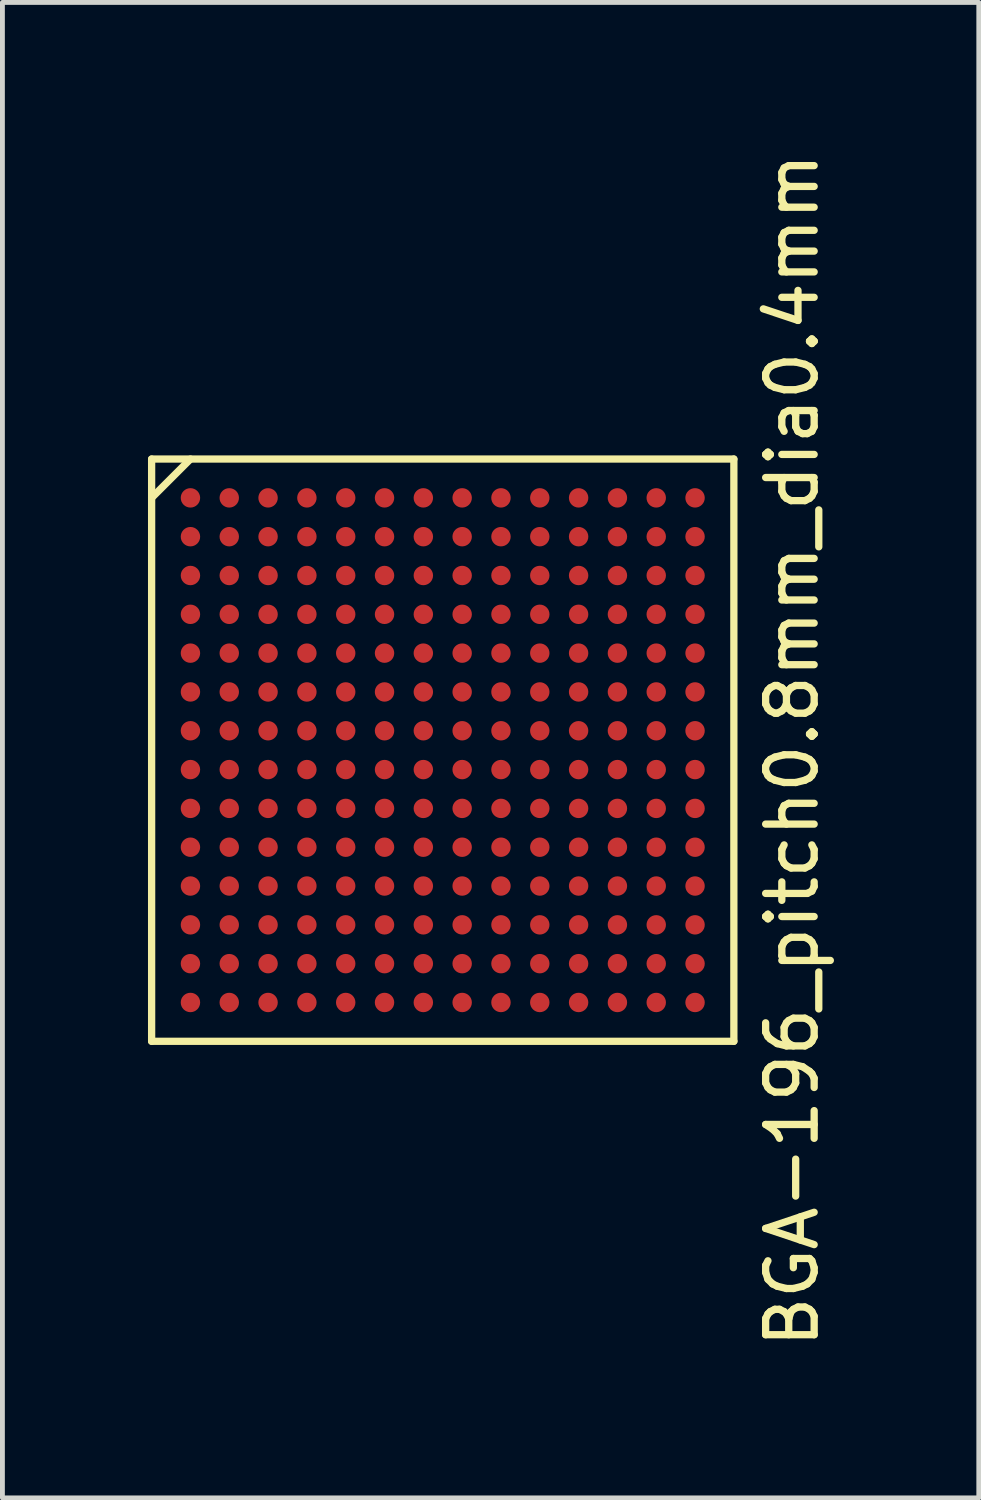
<source format=kicad_pcb>
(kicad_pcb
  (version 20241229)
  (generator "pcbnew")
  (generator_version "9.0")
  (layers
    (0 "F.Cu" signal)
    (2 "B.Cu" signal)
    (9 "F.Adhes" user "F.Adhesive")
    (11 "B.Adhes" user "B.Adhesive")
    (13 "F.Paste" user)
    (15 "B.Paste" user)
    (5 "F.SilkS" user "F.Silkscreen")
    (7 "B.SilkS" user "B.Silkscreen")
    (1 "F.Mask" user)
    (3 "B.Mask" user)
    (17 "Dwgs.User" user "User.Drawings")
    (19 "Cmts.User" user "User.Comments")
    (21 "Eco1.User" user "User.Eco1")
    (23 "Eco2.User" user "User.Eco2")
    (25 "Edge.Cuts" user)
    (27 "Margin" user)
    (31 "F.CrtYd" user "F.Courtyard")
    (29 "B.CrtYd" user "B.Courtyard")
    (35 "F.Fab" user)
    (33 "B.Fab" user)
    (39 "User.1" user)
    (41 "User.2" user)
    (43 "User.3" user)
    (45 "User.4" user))
  (footprint "BGA-196_pitch0.8mm_dia0.4mm"
    (layer "F.Cu")
    (at 6.075 12.411)
    (property "Reference" "BGA-196_pitch0.8mm_dia0.4mm" (at 7.2 0 90) (layer "F.SilkS") (effects (font (size 1 1) (thickness 0.15))))
    (attr smd)
    (fp_line (start -6 -6) (end 6 -6) (stroke (width 0.15) (type solid)) (layer "F.SilkS"))
    (fp_line (start -6 -5.2) (end -5.2 -6) (stroke (width 0.15) (type solid)) (layer "F.SilkS"))
    (fp_line (start -6 6) (end -6 -6) (stroke (width 0.15) (type solid)) (layer "F.SilkS"))
    (fp_line (start 6 -6) (end 6 6) (stroke (width 0.15) (type solid)) (layer "F.SilkS"))
    (fp_line (start 6 6) (end -6 6) (stroke (width 0.15) (type solid)) (layer "F.SilkS"))
    (pad "A1" smd circle (at -5.2 -5.2) (size 0.4 0.4) (layers "F.Cu" "F.Mask" "F.Paste"))
    (pad "A2" smd circle (at -4.4 -5.2) (size 0.4 0.4) (layers "F.Cu" "F.Mask" "F.Paste"))
    (pad "A3" smd circle (at -3.6 -5.2) (size 0.4 0.4) (layers "F.Cu" "F.Mask" "F.Paste"))
    (pad "A4" smd circle (at -2.8 -5.2) (size 0.4 0.4) (layers "F.Cu" "F.Mask" "F.Paste"))
    (pad "A5" smd circle (at -2 -5.2) (size 0.4 0.4) (layers "F.Cu" "F.Mask" "F.Paste"))
    (pad "A6" smd circle (at -1.2 -5.2) (size 0.4 0.4) (layers "F.Cu" "F.Mask" "F.Paste"))
    (pad "A7" smd circle (at -0.4 -5.2) (size 0.4 0.4) (layers "F.Cu" "F.Mask" "F.Paste"))
    (pad "A8" smd circle (at 0.4 -5.2) (size 0.4 0.4) (layers "F.Cu" "F.Mask" "F.Paste"))
    (pad "A9" smd circle (at 1.2 -5.2) (size 0.4 0.4) (layers "F.Cu" "F.Mask" "F.Paste"))
    (pad "A10" smd circle (at 2 -5.2) (size 0.4 0.4) (layers "F.Cu" "F.Mask" "F.Paste"))
    (pad "A11" smd circle (at 2.8 -5.2) (size 0.4 0.4) (layers "F.Cu" "F.Mask" "F.Paste"))
    (pad "A12" smd circle (at 3.6 -5.2) (size 0.4 0.4) (layers "F.Cu" "F.Mask" "F.Paste"))
    (pad "A13" smd circle (at 4.4 -5.2) (size 0.4 0.4) (layers "F.Cu" "F.Mask" "F.Paste"))
    (pad "A14" smd circle (at 5.2 -5.2) (size 0.4 0.4) (layers "F.Cu" "F.Mask" "F.Paste"))
    (pad "B1" smd circle (at -5.2 -4.4) (size 0.4 0.4) (layers "F.Cu" "F.Mask" "F.Paste"))
    (pad "B2" smd circle (at -4.4 -4.4) (size 0.4 0.4) (layers "F.Cu" "F.Mask" "F.Paste"))
    (pad "B3" smd circle (at -3.6 -4.4) (size 0.4 0.4) (layers "F.Cu" "F.Mask" "F.Paste"))
    (pad "B4" smd circle (at -2.8 -4.4) (size 0.4 0.4) (layers "F.Cu" "F.Mask" "F.Paste"))
    (pad "B5" smd circle (at -2 -4.4) (size 0.4 0.4) (layers "F.Cu" "F.Mask" "F.Paste"))
    (pad "B6" smd circle (at -1.2 -4.4) (size 0.4 0.4) (layers "F.Cu" "F.Mask" "F.Paste"))
    (pad "B7" smd circle (at -0.4 -4.4) (size 0.4 0.4) (layers "F.Cu" "F.Mask" "F.Paste"))
    (pad "B8" smd circle (at 0.4 -4.4) (size 0.4 0.4) (layers "F.Cu" "F.Mask" "F.Paste"))
    (pad "B9" smd circle (at 1.2 -4.4) (size 0.4 0.4) (layers "F.Cu" "F.Mask" "F.Paste"))
    (pad "B10" smd circle (at 2 -4.4) (size 0.4 0.4) (layers "F.Cu" "F.Mask" "F.Paste"))
    (pad "B11" smd circle (at 2.8 -4.4) (size 0.4 0.4) (layers "F.Cu" "F.Mask" "F.Paste"))
    (pad "B12" smd circle (at 3.6 -4.4) (size 0.4 0.4) (layers "F.Cu" "F.Mask" "F.Paste"))
    (pad "B13" smd circle (at 4.4 -4.4) (size 0.4 0.4) (layers "F.Cu" "F.Mask" "F.Paste"))
    (pad "B14" smd circle (at 5.2 -4.4) (size 0.4 0.4) (layers "F.Cu" "F.Mask" "F.Paste"))
    (pad "C1" smd circle (at -5.2 -3.6) (size 0.4 0.4) (layers "F.Cu" "F.Mask" "F.Paste"))
    (pad "C2" smd circle (at -4.4 -3.6) (size 0.4 0.4) (layers "F.Cu" "F.Mask" "F.Paste"))
    (pad "C3" smd circle (at -3.6 -3.6) (size 0.4 0.4) (layers "F.Cu" "F.Mask" "F.Paste"))
    (pad "C4" smd circle (at -2.8 -3.6) (size 0.4 0.4) (layers "F.Cu" "F.Mask" "F.Paste"))
    (pad "C5" smd circle (at -2 -3.6) (size 0.4 0.4) (layers "F.Cu" "F.Mask" "F.Paste"))
    (pad "C6" smd circle (at -1.2 -3.6) (size 0.4 0.4) (layers "F.Cu" "F.Mask" "F.Paste"))
    (pad "C7" smd circle (at -0.4 -3.6) (size 0.4 0.4) (layers "F.Cu" "F.Mask" "F.Paste"))
    (pad "C8" smd circle (at 0.4 -3.6) (size 0.4 0.4) (layers "F.Cu" "F.Mask" "F.Paste"))
    (pad "C9" smd circle (at 1.2 -3.6) (size 0.4 0.4) (layers "F.Cu" "F.Mask" "F.Paste"))
    (pad "C10" smd circle (at 2 -3.6) (size 0.4 0.4) (layers "F.Cu" "F.Mask" "F.Paste"))
    (pad "C11" smd circle (at 2.8 -3.6) (size 0.4 0.4) (layers "F.Cu" "F.Mask" "F.Paste"))
    (pad "C12" smd circle (at 3.6 -3.6) (size 0.4 0.4) (layers "F.Cu" "F.Mask" "F.Paste"))
    (pad "C13" smd circle (at 4.4 -3.6) (size 0.4 0.4) (layers "F.Cu" "F.Mask" "F.Paste"))
    (pad "C14" smd circle (at 5.2 -3.6) (size 0.4 0.4) (layers "F.Cu" "F.Mask" "F.Paste"))
    (pad "D1" smd circle (at -5.2 -2.8) (size 0.4 0.4) (layers "F.Cu" "F.Mask" "F.Paste"))
    (pad "D2" smd circle (at -4.4 -2.8) (size 0.4 0.4) (layers "F.Cu" "F.Mask" "F.Paste"))
    (pad "D3" smd circle (at -3.6 -2.8) (size 0.4 0.4) (layers "F.Cu" "F.Mask" "F.Paste"))
    (pad "D4" smd circle (at -2.8 -2.8) (size 0.4 0.4) (layers "F.Cu" "F.Mask" "F.Paste"))
    (pad "D5" smd circle (at -2 -2.8) (size 0.4 0.4) (layers "F.Cu" "F.Mask" "F.Paste"))
    (pad "D6" smd circle (at -1.2 -2.8) (size 0.4 0.4) (layers "F.Cu" "F.Mask" "F.Paste"))
    (pad "D7" smd circle (at -0.4 -2.8) (size 0.4 0.4) (layers "F.Cu" "F.Mask" "F.Paste"))
    (pad "D8" smd circle (at 0.4 -2.8) (size 0.4 0.4) (layers "F.Cu" "F.Mask" "F.Paste"))
    (pad "D9" smd circle (at 1.2 -2.8) (size 0.4 0.4) (layers "F.Cu" "F.Mask" "F.Paste"))
    (pad "D10" smd circle (at 2 -2.8) (size 0.4 0.4) (layers "F.Cu" "F.Mask" "F.Paste"))
    (pad "D11" smd circle (at 2.8 -2.8) (size 0.4 0.4) (layers "F.Cu" "F.Mask" "F.Paste"))
    (pad "D12" smd circle (at 3.6 -2.8) (size 0.4 0.4) (layers "F.Cu" "F.Mask" "F.Paste"))
    (pad "D13" smd circle (at 4.4 -2.8) (size 0.4 0.4) (layers "F.Cu" "F.Mask" "F.Paste"))
    (pad "D14" smd circle (at 5.2 -2.8) (size 0.4 0.4) (layers "F.Cu" "F.Mask" "F.Paste"))
    (pad "E1" smd circle (at -5.2 -2) (size 0.4 0.4) (layers "F.Cu" "F.Mask" "F.Paste"))
    (pad "E2" smd circle (at -4.4 -2) (size 0.4 0.4) (layers "F.Cu" "F.Mask" "F.Paste"))
    (pad "E3" smd circle (at -3.6 -2) (size 0.4 0.4) (layers "F.Cu" "F.Mask" "F.Paste"))
    (pad "E4" smd circle (at -2.8 -2) (size 0.4 0.4) (layers "F.Cu" "F.Mask" "F.Paste"))
    (pad "E5" smd circle (at -2 -2) (size 0.4 0.4) (layers "F.Cu" "F.Mask" "F.Paste"))
    (pad "E6" smd circle (at -1.2 -2) (size 0.4 0.4) (layers "F.Cu" "F.Mask" "F.Paste"))
    (pad "E7" smd circle (at -0.4 -2) (size 0.4 0.4) (layers "F.Cu" "F.Mask" "F.Paste"))
    (pad "E8" smd circle (at 0.4 -2) (size 0.4 0.4) (layers "F.Cu" "F.Mask" "F.Paste"))
    (pad "E9" smd circle (at 1.2 -2) (size 0.4 0.4) (layers "F.Cu" "F.Mask" "F.Paste"))
    (pad "E10" smd circle (at 2 -2) (size 0.4 0.4) (layers "F.Cu" "F.Mask" "F.Paste"))
    (pad "E11" smd circle (at 2.8 -2) (size 0.4 0.4) (layers "F.Cu" "F.Mask" "F.Paste"))
    (pad "E12" smd circle (at 3.6 -2) (size 0.4 0.4) (layers "F.Cu" "F.Mask" "F.Paste"))
    (pad "E13" smd circle (at 4.4 -2) (size 0.4 0.4) (layers "F.Cu" "F.Mask" "F.Paste"))
    (pad "E14" smd circle (at 5.2 -2) (size 0.4 0.4) (layers "F.Cu" "F.Mask" "F.Paste"))
    (pad "F1" smd circle (at -5.2 -1.2) (size 0.4 0.4) (layers "F.Cu" "F.Mask" "F.Paste"))
    (pad "F2" smd circle (at -4.4 -1.2) (size 0.4 0.4) (layers "F.Cu" "F.Mask" "F.Paste"))
    (pad "F3" smd circle (at -3.6 -1.2) (size 0.4 0.4) (layers "F.Cu" "F.Mask" "F.Paste"))
    (pad "F4" smd circle (at -2.8 -1.2) (size 0.4 0.4) (layers "F.Cu" "F.Mask" "F.Paste"))
    (pad "F5" smd circle (at -2 -1.2) (size 0.4 0.4) (layers "F.Cu" "F.Mask" "F.Paste"))
    (pad "F6" smd circle (at -1.2 -1.2) (size 0.4 0.4) (layers "F.Cu" "F.Mask" "F.Paste"))
    (pad "F7" smd circle (at -0.4 -1.2) (size 0.4 0.4) (layers "F.Cu" "F.Mask" "F.Paste"))
    (pad "F8" smd circle (at 0.4 -1.2) (size 0.4 0.4) (layers "F.Cu" "F.Mask" "F.Paste"))
    (pad "F9" smd circle (at 1.2 -1.2) (size 0.4 0.4) (layers "F.Cu" "F.Mask" "F.Paste"))
    (pad "F10" smd circle (at 2 -1.2) (size 0.4 0.4) (layers "F.Cu" "F.Mask" "F.Paste"))
    (pad "F11" smd circle (at 2.8 -1.2) (size 0.4 0.4) (layers "F.Cu" "F.Mask" "F.Paste"))
    (pad "F12" smd circle (at 3.6 -1.2) (size 0.4 0.4) (layers "F.Cu" "F.Mask" "F.Paste"))
    (pad "F13" smd circle (at 4.4 -1.2) (size 0.4 0.4) (layers "F.Cu" "F.Mask" "F.Paste"))
    (pad "F14" smd circle (at 5.2 -1.2) (size 0.4 0.4) (layers "F.Cu" "F.Mask" "F.Paste"))
    (pad "G1" smd circle (at -5.2 -0.4) (size 0.4 0.4) (layers "F.Cu" "F.Mask" "F.Paste"))
    (pad "G2" smd circle (at -4.4 -0.4) (size 0.4 0.4) (layers "F.Cu" "F.Mask" "F.Paste"))
    (pad "G3" smd circle (at -3.6 -0.4) (size 0.4 0.4) (layers "F.Cu" "F.Mask" "F.Paste"))
    (pad "G4" smd circle (at -2.8 -0.4) (size 0.4 0.4) (layers "F.Cu" "F.Mask" "F.Paste"))
    (pad "G5" smd circle (at -2 -0.4) (size 0.4 0.4) (layers "F.Cu" "F.Mask" "F.Paste"))
    (pad "G6" smd circle (at -1.2 -0.4) (size 0.4 0.4) (layers "F.Cu" "F.Mask" "F.Paste"))
    (pad "G7" smd circle (at -0.4 -0.4) (size 0.4 0.4) (layers "F.Cu" "F.Mask" "F.Paste"))
    (pad "G8" smd circle (at 0.4 -0.4) (size 0.4 0.4) (layers "F.Cu" "F.Mask" "F.Paste"))
    (pad "G9" smd circle (at 1.2 -0.4) (size 0.4 0.4) (layers "F.Cu" "F.Mask" "F.Paste"))
    (pad "G10" smd circle (at 2 -0.4) (size 0.4 0.4) (layers "F.Cu" "F.Mask" "F.Paste"))
    (pad "G11" smd circle (at 2.8 -0.4) (size 0.4 0.4) (layers "F.Cu" "F.Mask" "F.Paste"))
    (pad "G12" smd circle (at 3.6 -0.4) (size 0.4 0.4) (layers "F.Cu" "F.Mask" "F.Paste"))
    (pad "G13" smd circle (at 4.4 -0.4) (size 0.4 0.4) (layers "F.Cu" "F.Mask" "F.Paste"))
    (pad "G14" smd circle (at 5.2 -0.4) (size 0.4 0.4) (layers "F.Cu" "F.Mask" "F.Paste"))
    (pad "H1" smd circle (at -5.2 0.4) (size 0.4 0.4) (layers "F.Cu" "F.Mask" "F.Paste"))
    (pad "H2" smd circle (at -4.4 0.4) (size 0.4 0.4) (layers "F.Cu" "F.Mask" "F.Paste"))
    (pad "H3" smd circle (at -3.6 0.4) (size 0.4 0.4) (layers "F.Cu" "F.Mask" "F.Paste"))
    (pad "H4" smd circle (at -2.8 0.4) (size 0.4 0.4) (layers "F.Cu" "F.Mask" "F.Paste"))
    (pad "H5" smd circle (at -2 0.4) (size 0.4 0.4) (layers "F.Cu" "F.Mask" "F.Paste"))
    (pad "H6" smd circle (at -1.2 0.4) (size 0.4 0.4) (layers "F.Cu" "F.Mask" "F.Paste"))
    (pad "H7" smd circle (at -0.4 0.4) (size 0.4 0.4) (layers "F.Cu" "F.Mask" "F.Paste"))
    (pad "H8" smd circle (at 0.4 0.4) (size 0.4 0.4) (layers "F.Cu" "F.Mask" "F.Paste"))
    (pad "H9" smd circle (at 1.2 0.4) (size 0.4 0.4) (layers "F.Cu" "F.Mask" "F.Paste"))
    (pad "H10" smd circle (at 2 0.4) (size 0.4 0.4) (layers "F.Cu" "F.Mask" "F.Paste"))
    (pad "H11" smd circle (at 2.8 0.4) (size 0.4 0.4) (layers "F.Cu" "F.Mask" "F.Paste"))
    (pad "H12" smd circle (at 3.6 0.4) (size 0.4 0.4) (layers "F.Cu" "F.Mask" "F.Paste"))
    (pad "H13" smd circle (at 4.4 0.4) (size 0.4 0.4) (layers "F.Cu" "F.Mask" "F.Paste"))
    (pad "H14" smd circle (at 5.2 0.4) (size 0.4 0.4) (layers "F.Cu" "F.Mask" "F.Paste"))
    (pad "J1" smd circle (at -5.2 1.2) (size 0.4 0.4) (layers "F.Cu" "F.Mask" "F.Paste"))
    (pad "J2" smd circle (at -4.4 1.2) (size 0.4 0.4) (layers "F.Cu" "F.Mask" "F.Paste"))
    (pad "J3" smd circle (at -3.6 1.2) (size 0.4 0.4) (layers "F.Cu" "F.Mask" "F.Paste"))
    (pad "J4" smd circle (at -2.8 1.2) (size 0.4 0.4) (layers "F.Cu" "F.Mask" "F.Paste"))
    (pad "J5" smd circle (at -2 1.2) (size 0.4 0.4) (layers "F.Cu" "F.Mask" "F.Paste"))
    (pad "J6" smd circle (at -1.2 1.2) (size 0.4 0.4) (layers "F.Cu" "F.Mask" "F.Paste"))
    (pad "J7" smd circle (at -0.4 1.2) (size 0.4 0.4) (layers "F.Cu" "F.Mask" "F.Paste"))
    (pad "J8" smd circle (at 0.4 1.2) (size 0.4 0.4) (layers "F.Cu" "F.Mask" "F.Paste"))
    (pad "J9" smd circle (at 1.2 1.2) (size 0.4 0.4) (layers "F.Cu" "F.Mask" "F.Paste"))
    (pad "J10" smd circle (at 2 1.2) (size 0.4 0.4) (layers "F.Cu" "F.Mask" "F.Paste"))
    (pad "J11" smd circle (at 2.8 1.2) (size 0.4 0.4) (layers "F.Cu" "F.Mask" "F.Paste"))
    (pad "J12" smd circle (at 3.6 1.2) (size 0.4 0.4) (layers "F.Cu" "F.Mask" "F.Paste"))
    (pad "J13" smd circle (at 4.4 1.2) (size 0.4 0.4) (layers "F.Cu" "F.Mask" "F.Paste"))
    (pad "J14" smd circle (at 5.2 1.2) (size 0.4 0.4) (layers "F.Cu" "F.Mask" "F.Paste"))
    (pad "K1" smd circle (at -5.2 2) (size 0.4 0.4) (layers "F.Cu" "F.Mask" "F.Paste"))
    (pad "K2" smd circle (at -4.4 2) (size 0.4 0.4) (layers "F.Cu" "F.Mask" "F.Paste"))
    (pad "K3" smd circle (at -3.6 2) (size 0.4 0.4) (layers "F.Cu" "F.Mask" "F.Paste"))
    (pad "K4" smd circle (at -2.8 2) (size 0.4 0.4) (layers "F.Cu" "F.Mask" "F.Paste"))
    (pad "K5" smd circle (at -2 2) (size 0.4 0.4) (layers "F.Cu" "F.Mask" "F.Paste"))
    (pad "K6" smd circle (at -1.2 2) (size 0.4 0.4) (layers "F.Cu" "F.Mask" "F.Paste"))
    (pad "K7" smd circle (at -0.4 2) (size 0.4 0.4) (layers "F.Cu" "F.Mask" "F.Paste"))
    (pad "K8" smd circle (at 0.4 2) (size 0.4 0.4) (layers "F.Cu" "F.Mask" "F.Paste"))
    (pad "K9" smd circle (at 1.2 2) (size 0.4 0.4) (layers "F.Cu" "F.Mask" "F.Paste"))
    (pad "K10" smd circle (at 2 2) (size 0.4 0.4) (layers "F.Cu" "F.Mask" "F.Paste"))
    (pad "K11" smd circle (at 2.8 2) (size 0.4 0.4) (layers "F.Cu" "F.Mask" "F.Paste"))
    (pad "K12" smd circle (at 3.6 2) (size 0.4 0.4) (layers "F.Cu" "F.Mask" "F.Paste"))
    (pad "K13" smd circle (at 4.4 2) (size 0.4 0.4) (layers "F.Cu" "F.Mask" "F.Paste"))
    (pad "K14" smd circle (at 5.2 2) (size 0.4 0.4) (layers "F.Cu" "F.Mask" "F.Paste"))
    (pad "L1" smd circle (at -5.2 2.8) (size 0.4 0.4) (layers "F.Cu" "F.Mask" "F.Paste"))
    (pad "L2" smd circle (at -4.4 2.8) (size 0.4 0.4) (layers "F.Cu" "F.Mask" "F.Paste"))
    (pad "L3" smd circle (at -3.6 2.8) (size 0.4 0.4) (layers "F.Cu" "F.Mask" "F.Paste"))
    (pad "L4" smd circle (at -2.8 2.8) (size 0.4 0.4) (layers "F.Cu" "F.Mask" "F.Paste"))
    (pad "L5" smd circle (at -2 2.8) (size 0.4 0.4) (layers "F.Cu" "F.Mask" "F.Paste"))
    (pad "L6" smd circle (at -1.2 2.8) (size 0.4 0.4) (layers "F.Cu" "F.Mask" "F.Paste"))
    (pad "L7" smd circle (at -0.4 2.8) (size 0.4 0.4) (layers "F.Cu" "F.Mask" "F.Paste"))
    (pad "L8" smd circle (at 0.4 2.8) (size 0.4 0.4) (layers "F.Cu" "F.Mask" "F.Paste"))
    (pad "L9" smd circle (at 1.2 2.8) (size 0.4 0.4) (layers "F.Cu" "F.Mask" "F.Paste"))
    (pad "L10" smd circle (at 2 2.8) (size 0.4 0.4) (layers "F.Cu" "F.Mask" "F.Paste"))
    (pad "L11" smd circle (at 2.8 2.8) (size 0.4 0.4) (layers "F.Cu" "F.Mask" "F.Paste"))
    (pad "L12" smd circle (at 3.6 2.8) (size 0.4 0.4) (layers "F.Cu" "F.Mask" "F.Paste"))
    (pad "L13" smd circle (at 4.4 2.8) (size 0.4 0.4) (layers "F.Cu" "F.Mask" "F.Paste"))
    (pad "L14" smd circle (at 5.2 2.8) (size 0.4 0.4) (layers "F.Cu" "F.Mask" "F.Paste"))
    (pad "M1" smd circle (at -5.2 3.6) (size 0.4 0.4) (layers "F.Cu" "F.Mask" "F.Paste"))
    (pad "M2" smd circle (at -4.4 3.6) (size 0.4 0.4) (layers "F.Cu" "F.Mask" "F.Paste"))
    (pad "M3" smd circle (at -3.6 3.6) (size 0.4 0.4) (layers "F.Cu" "F.Mask" "F.Paste"))
    (pad "M4" smd circle (at -2.8 3.6) (size 0.4 0.4) (layers "F.Cu" "F.Mask" "F.Paste"))
    (pad "M5" smd circle (at -2 3.6) (size 0.4 0.4) (layers "F.Cu" "F.Mask" "F.Paste"))
    (pad "M6" smd circle (at -1.2 3.6) (size 0.4 0.4) (layers "F.Cu" "F.Mask" "F.Paste"))
    (pad "M7" smd circle (at -0.4 3.6) (size 0.4 0.4) (layers "F.Cu" "F.Mask" "F.Paste"))
    (pad "M8" smd circle (at 0.4 3.6) (size 0.4 0.4) (layers "F.Cu" "F.Mask" "F.Paste"))
    (pad "M9" smd circle (at 1.2 3.6) (size 0.4 0.4) (layers "F.Cu" "F.Mask" "F.Paste"))
    (pad "M10" smd circle (at 2 3.6) (size 0.4 0.4) (layers "F.Cu" "F.Mask" "F.Paste"))
    (pad "M11" smd circle (at 2.8 3.6) (size 0.4 0.4) (layers "F.Cu" "F.Mask" "F.Paste"))
    (pad "M12" smd circle (at 3.6 3.6) (size 0.4 0.4) (layers "F.Cu" "F.Mask" "F.Paste"))
    (pad "M13" smd circle (at 4.4 3.6) (size 0.4 0.4) (layers "F.Cu" "F.Mask" "F.Paste"))
    (pad "M14" smd circle (at 5.2 3.6) (size 0.4 0.4) (layers "F.Cu" "F.Mask" "F.Paste"))
    (pad "N1" smd circle (at -5.2 4.4) (size 0.4 0.4) (layers "F.Cu" "F.Mask" "F.Paste"))
    (pad "N2" smd circle (at -4.4 4.4) (size 0.4 0.4) (layers "F.Cu" "F.Mask" "F.Paste"))
    (pad "N3" smd circle (at -3.6 4.4) (size 0.4 0.4) (layers "F.Cu" "F.Mask" "F.Paste"))
    (pad "N4" smd circle (at -2.8 4.4) (size 0.4 0.4) (layers "F.Cu" "F.Mask" "F.Paste"))
    (pad "N5" smd circle (at -2 4.4) (size 0.4 0.4) (layers "F.Cu" "F.Mask" "F.Paste"))
    (pad "N6" smd circle (at -1.2 4.4) (size 0.4 0.4) (layers "F.Cu" "F.Mask" "F.Paste"))
    (pad "N7" smd circle (at -0.4 4.4) (size 0.4 0.4) (layers "F.Cu" "F.Mask" "F.Paste"))
    (pad "N8" smd circle (at 0.4 4.4) (size 0.4 0.4) (layers "F.Cu" "F.Mask" "F.Paste"))
    (pad "N9" smd circle (at 1.2 4.4) (size 0.4 0.4) (layers "F.Cu" "F.Mask" "F.Paste"))
    (pad "N10" smd circle (at 2 4.4) (size 0.4 0.4) (layers "F.Cu" "F.Mask" "F.Paste"))
    (pad "N11" smd circle (at 2.8 4.4) (size 0.4 0.4) (layers "F.Cu" "F.Mask" "F.Paste"))
    (pad "N12" smd circle (at 3.6 4.4) (size 0.4 0.4) (layers "F.Cu" "F.Mask" "F.Paste"))
    (pad "N13" smd circle (at 4.4 4.4) (size 0.4 0.4) (layers "F.Cu" "F.Mask" "F.Paste"))
    (pad "N14" smd circle (at 5.2 4.4) (size 0.4 0.4) (layers "F.Cu" "F.Mask" "F.Paste"))
    (pad "P1" smd circle (at -5.2 5.2) (size 0.4 0.4) (layers "F.Cu" "F.Mask" "F.Paste"))
    (pad "P2" smd circle (at -4.4 5.2) (size 0.4 0.4) (layers "F.Cu" "F.Mask" "F.Paste"))
    (pad "P3" smd circle (at -3.6 5.2) (size 0.4 0.4) (layers "F.Cu" "F.Mask" "F.Paste"))
    (pad "P4" smd circle (at -2.8 5.2) (size 0.4 0.4) (layers "F.Cu" "F.Mask" "F.Paste"))
    (pad "P5" smd circle (at -2 5.2) (size 0.4 0.4) (layers "F.Cu" "F.Mask" "F.Paste"))
    (pad "P6" smd circle (at -1.2 5.2) (size 0.4 0.4) (layers "F.Cu" "F.Mask" "F.Paste"))
    (pad "P7" smd circle (at -0.4 5.2) (size 0.4 0.4) (layers "F.Cu" "F.Mask" "F.Paste"))
    (pad "P8" smd circle (at 0.4 5.2) (size 0.4 0.4) (layers "F.Cu" "F.Mask" "F.Paste"))
    (pad "P9" smd circle (at 1.2 5.2) (size 0.4 0.4) (layers "F.Cu" "F.Mask" "F.Paste"))
    (pad "P10" smd circle (at 2 5.2) (size 0.4 0.4) (layers "F.Cu" "F.Mask" "F.Paste"))
    (pad "P11" smd circle (at 2.8 5.2) (size 0.4 0.4) (layers "F.Cu" "F.Mask" "F.Paste"))
    (pad "P12" smd circle (at 3.6 5.2) (size 0.4 0.4) (layers "F.Cu" "F.Mask" "F.Paste"))
    (pad "P13" smd circle (at 4.4 5.2) (size 0.4 0.4) (layers "F.Cu" "F.Mask" "F.Paste"))
    (pad "P14" smd circle (at 5.2 5.2) (size 0.4 0.4) (layers "F.Cu" "F.Mask" "F.Paste")))
  (gr_rect
    (start -3 -3)
    (end 17.123 27.821)
    (stroke (width 0.1) (type default))
    (fill no)
    (layer "Edge.Cuts")))
</source>
